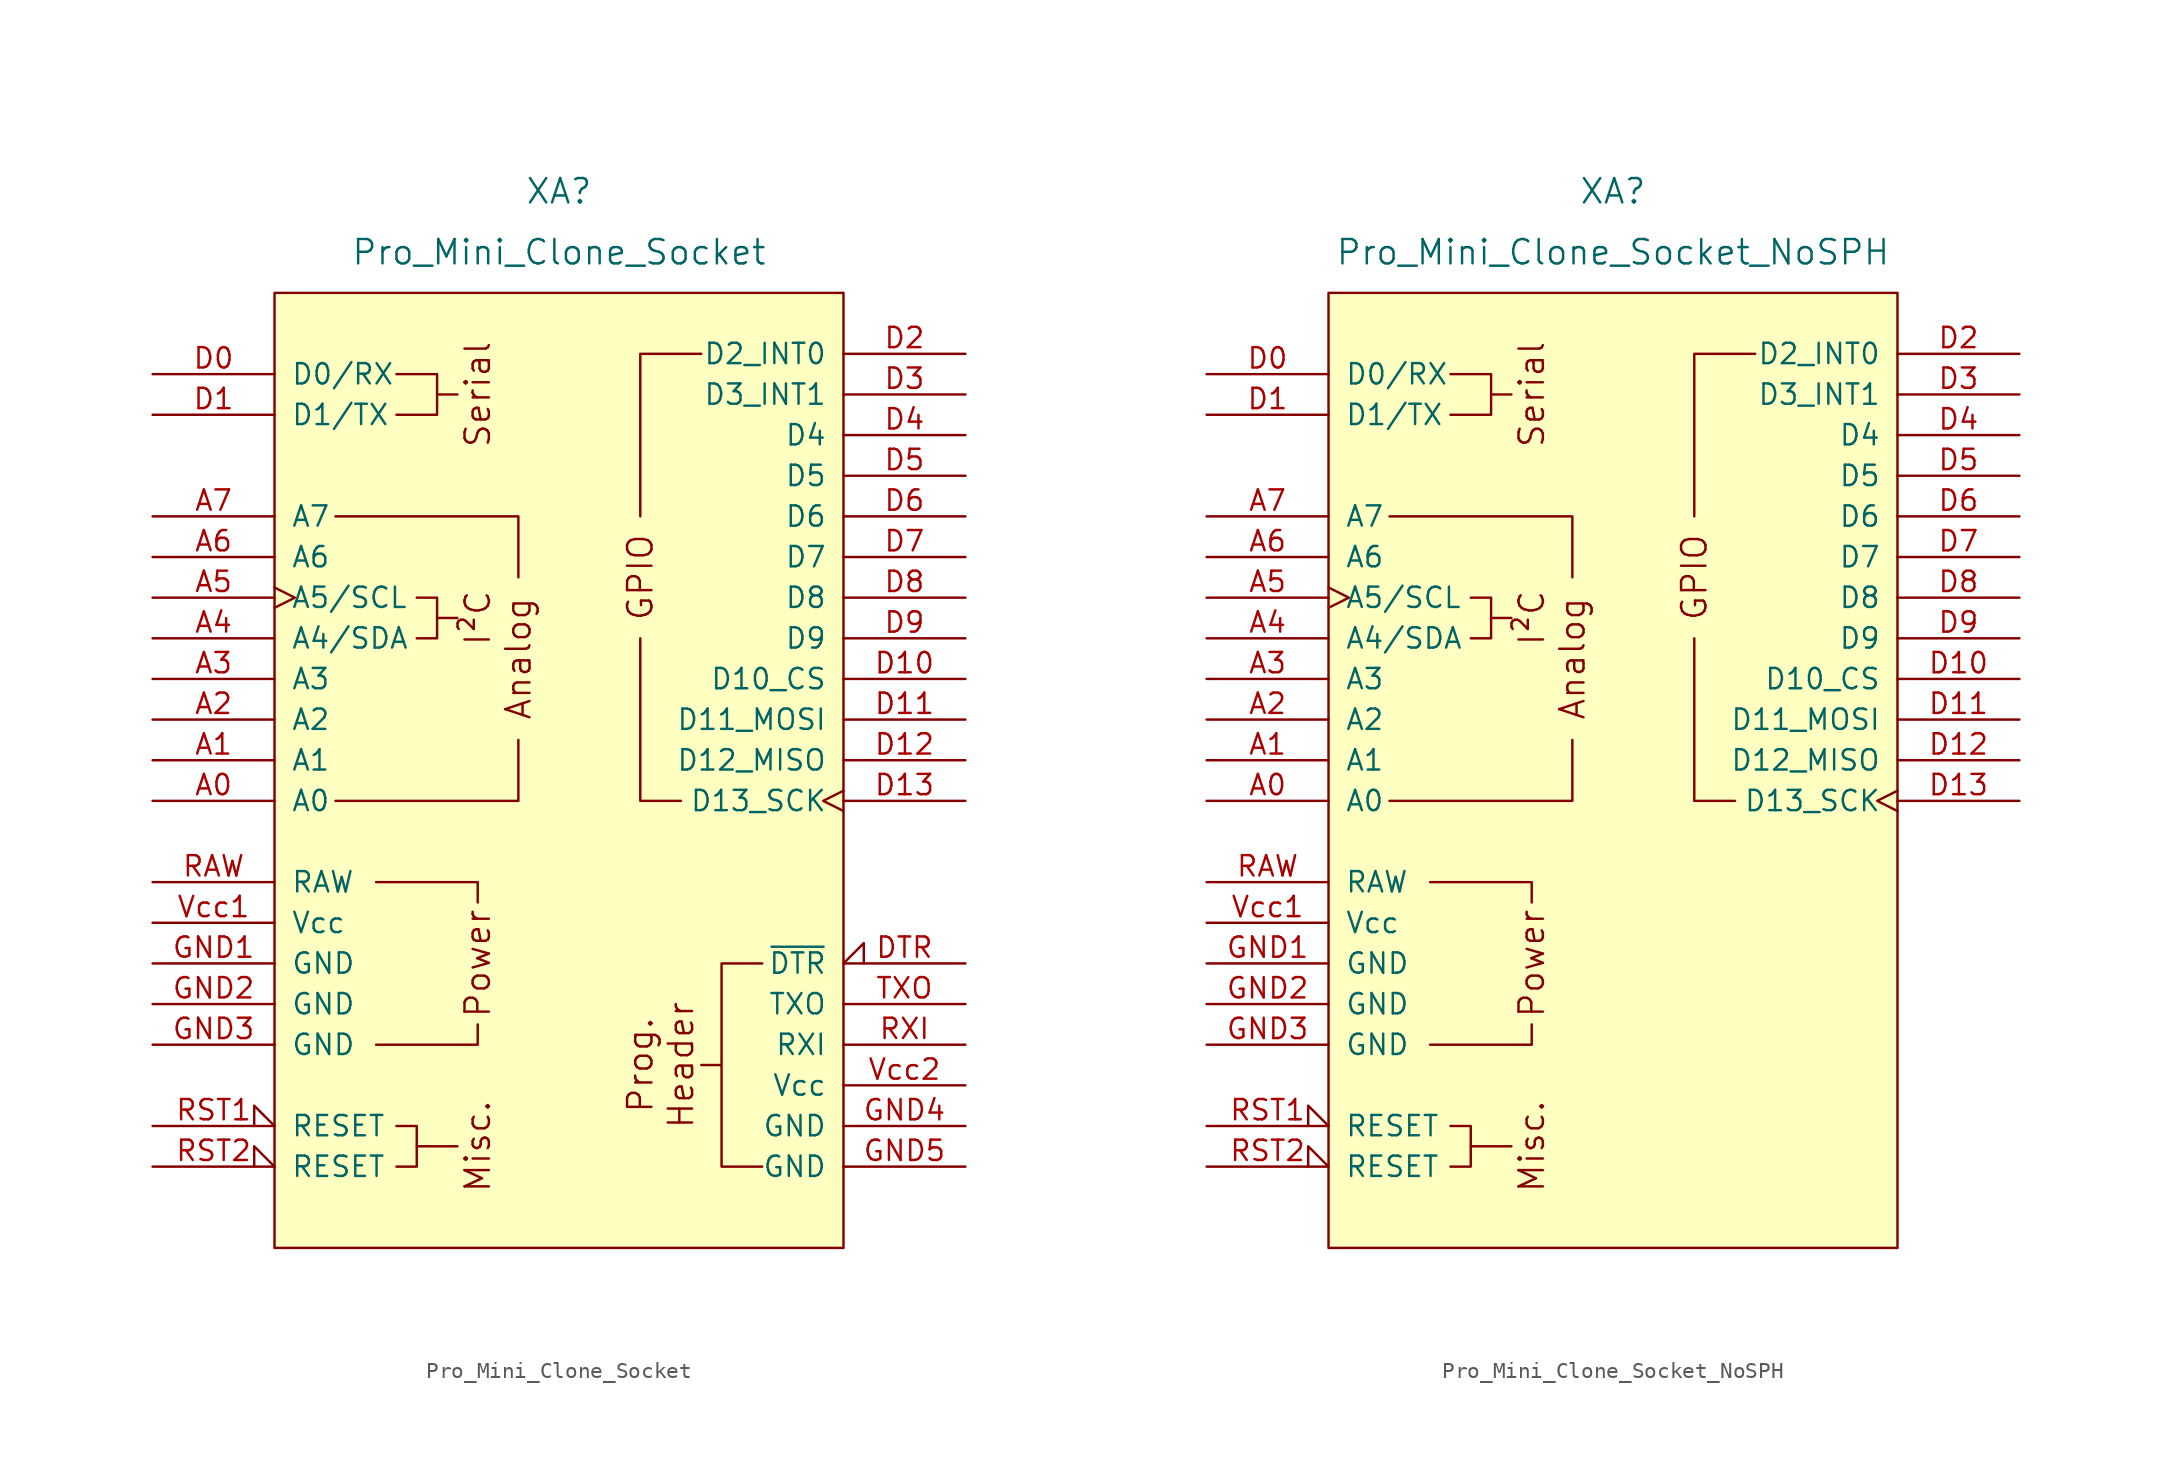
<source format=kicad_sym>
(kicad_symbol_lib
  (version 20211014)
  (generator kicad_symbol_editor)
  (symbol "Pro_Mini_Clone_Socket"
    (pin_names
      (offset 1.016))
    (property "Reference" "XA"
      (at 0 36.83 0)
      (effects (font (size 1.524 1.524))))
    (property "Value" "Pro_Mini_Clone_Socket"
      (at 0 33.02 0)
      (effects (font (size 1.524 1.524))))
    (symbol "Pro_Mini_Clone_Socket_0_0"
      (rectangle (start -17.78 30.48) (end 17.78 -29.21) (stroke (width 0) (type default) (color 0 0 0 0)) (fill (type background)))
      (polyline (pts (xy -7.62 10.16) (xy -6.35 10.16)) (stroke (width 0) (type default) (color 0 0 0 0)) (fill (type none)))
      (polyline (pts (xy -7.62 24.13) (xy -6.35 24.13)) (stroke (width 0) (type default) (color 0 0 0 0)) (fill (type none)))
      (polyline (pts (xy -6.35 -22.86) (xy -8.89 -22.86)) (stroke (width 0) (type default) (color 0 0 0 0)) (fill (type none)))
      (polyline (pts (xy -11.43 -16.51) (xy -5.08 -16.51) (xy -5.08 -15.24)) (stroke (width 0) (type default) (color 0 0 0 0)) (fill (type none)))
      (polyline (pts (xy -5.08 -7.62) (xy -5.08 -6.35) (xy -11.43 -6.35)) (stroke (width 0) (type default) (color 0 0 0 0)) (fill (type none)))
      (polyline (pts (xy -2.54 2.54) (xy -2.54 -1.27) (xy -13.97 -1.27)) (stroke (width 0) (type default) (color 0 0 0 0)) (fill (type none)))
      (polyline (pts (xy -2.54 12.7) (xy -2.54 16.51) (xy -13.97 16.51)) (stroke (width 0) (type default) (color 0 0 0 0)) (fill (type none)))
      (polyline (pts (xy -10.16 25.4) (xy -7.62 25.4) (xy -7.62 22.86) (xy -10.16 22.86)) (stroke (width 0) (type default) (color 0 0 0 0)) (fill (type none)))
      (polyline (pts (xy -8.89 11.43) (xy -7.62 11.43) (xy -7.62 8.89) (xy -8.89 8.89)) (stroke (width 0) (type default) (color 0 0 0 0)) (fill (type none)))
      (polyline (pts (xy 12.7 -11.43) (xy 10.16 -11.43) (xy 10.16 -16.51) (xy 10.16 -17.78) (xy 8.89 -17.78) (xy 10.16 -17.78) (xy 10.16 -24.13) (xy 12.7 -24.13)) (stroke (width 0) (type default) (color 0 0 0 0)) (fill (type none)))
      (text "Analog" (at -2.54 7.62 900) (effects (font (size 1.524 1.524))))
      (text "Header" (at 7.62 -17.78 900) (effects (font (size 1.524 1.524))))
      (text "I²C" (at -5.08 10.16 900) (effects (font (size 1.524 1.524))))
      (text "Misc." (at -5.08 -22.86 900) (effects (font (size 1.524 1.524))))
      (text "Power" (at -5.08 -11.43 900) (effects (font (size 1.524 1.524))))
      (text "Prog." (at 5.08 -17.78 900) (effects (font (size 1.524 1.524))))
      (text "Serial" (at -5.08 24.13 900) (effects (font (size 1.524 1.524)))))
    (symbol "Pro_Mini_Clone_Socket_0_1"
      (polyline (pts (xy 7.62 -1.27) (xy 5.08 -1.27) (xy 5.08 8.89)) (stroke (width 0) (type default) (color 0 0 0 0)) (fill (type none)))
      (polyline (pts (xy 8.89 26.67) (xy 5.08 26.67) (xy 5.08 16.51)) (stroke (width 0) (type default) (color 0 0 0 0)) (fill (type none)))
      (polyline (pts (xy -10.16 -24.13) (xy -8.89 -24.13) (xy -8.89 -21.59) (xy -10.16 -21.59)) (stroke (width 0) (type default) (color 0 0 0 0)) (fill (type none))))
    (symbol "Pro_Mini_Clone_Socket_1_0"
      (text "GPIO" (at 5.08 12.7 900) (effects (font (size 1.524 1.524)))))
    (symbol "Pro_Mini_Clone_Socket_1_1"
      (pin bidirectional line (at -25.4 -1.27 0) (length 7.62) (name "A0" (effects (font (size 1.27 1.27)))) (number "A0" (effects (font (size 1.27 1.27)))))
      (pin bidirectional line (at -25.4 1.27 0) (length 7.62) (name "A1" (effects (font (size 1.27 1.27)))) (number "A1" (effects (font (size 1.27 1.27)))))
      (pin bidirectional line (at -25.4 3.81 0) (length 7.62) (name "A2" (effects (font (size 1.27 1.27)))) (number "A2" (effects (font (size 1.27 1.27)))))
      (pin bidirectional line (at -25.4 6.35 0) (length 7.62) (name "A3" (effects (font (size 1.27 1.27)))) (number "A3" (effects (font (size 1.27 1.27)))))
      (pin bidirectional line (at -25.4 8.89 0) (length 7.62) (name "A4/SDA" (effects (font (size 1.27 1.27)))) (number "A4" (effects (font (size 1.27 1.27)))))
      (pin bidirectional clock (at -25.4 11.43 0) (length 7.62) (name "A5/SCL" (effects (font (size 1.27 1.27)))) (number "A5" (effects (font (size 1.27 1.27)))))
      (pin input line (at -25.4 13.97 0) (length 7.62) (name "A6" (effects (font (size 1.27 1.27)))) (number "A6" (effects (font (size 1.27 1.27)))))
      (pin input line (at -25.4 16.51 0) (length 7.62) (name "A7" (effects (font (size 1.27 1.27)))) (number "A7" (effects (font (size 1.27 1.27)))))
      (pin bidirectional line (at -25.4 25.4 0) (length 7.62) (name "D0/RX" (effects (font (size 1.27 1.27)))) (number "D0" (effects (font (size 1.27 1.27)))))
      (pin bidirectional line (at -25.4 22.86 0) (length 7.62) (name "D1/TX" (effects (font (size 1.27 1.27)))) (number "D1" (effects (font (size 1.27 1.27)))))
      (pin bidirectional line (at 25.4 6.35 180) (length 7.62) (name "D10_CS" (effects (font (size 1.27 1.27)))) (number "D10" (effects (font (size 1.27 1.27)))))
      (pin bidirectional line (at 25.4 3.81 180) (length 7.62) (name "D11_MOSI" (effects (font (size 1.27 1.27)))) (number "D11" (effects (font (size 1.27 1.27)))))
      (pin bidirectional line (at 25.4 1.27 180) (length 7.62) (name "D12_MISO" (effects (font (size 1.27 1.27)))) (number "D12" (effects (font (size 1.27 1.27)))))
      (pin bidirectional clock (at 25.4 -1.27 180) (length 7.62) (name "D13_SCK" (effects (font (size 1.27 1.27)))) (number "D13" (effects (font (size 1.27 1.27)))))
      (pin bidirectional line (at 25.4 26.67 180) (length 7.62) (name "D2_INT0" (effects (font (size 1.27 1.27)))) (number "D2" (effects (font (size 1.27 1.27)))))
      (pin bidirectional line (at 25.4 24.13 180) (length 7.62) (name "D3_INT1" (effects (font (size 1.27 1.27)))) (number "D3" (effects (font (size 1.27 1.27)))))
      (pin bidirectional line (at 25.4 21.59 180) (length 7.62) (name "D4" (effects (font (size 1.27 1.27)))) (number "D4" (effects (font (size 1.27 1.27)))))
      (pin bidirectional line (at 25.4 19.05 180) (length 7.62) (name "D5" (effects (font (size 1.27 1.27)))) (number "D5" (effects (font (size 1.27 1.27)))))
      (pin bidirectional line (at 25.4 16.51 180) (length 7.62) (name "D6" (effects (font (size 1.27 1.27)))) (number "D6" (effects (font (size 1.27 1.27)))))
      (pin bidirectional line (at 25.4 13.97 180) (length 7.62) (name "D7" (effects (font (size 1.27 1.27)))) (number "D7" (effects (font (size 1.27 1.27)))))
      (pin bidirectional line (at 25.4 11.43 180) (length 7.62) (name "D8" (effects (font (size 1.27 1.27)))) (number "D8" (effects (font (size 1.27 1.27)))))
      (pin bidirectional line (at 25.4 8.89 180) (length 7.62) (name "D9" (effects (font (size 1.27 1.27)))) (number "D9" (effects (font (size 1.27 1.27)))))
      (pin input input_low (at 25.4 -11.43 180) (length 7.62) (name "~{DTR}" (effects (font (size 1.27 1.27)))) (number "DTR" (effects (font (size 1.27 1.27)))))
      (pin power_in line (at -25.4 -11.43 0) (length 7.62) (name "GND" (effects (font (size 1.27 1.27)))) (number "GND1" (effects (font (size 1.27 1.27)))))
      (pin power_in line (at -25.4 -13.97 0) (length 7.62) (name "GND" (effects (font (size 1.27 1.27)))) (number "GND2" (effects (font (size 1.27 1.27)))))
      (pin power_in line (at -25.4 -16.51 0) (length 7.62) (name "GND" (effects (font (size 1.27 1.27)))) (number "GND3" (effects (font (size 1.27 1.27)))))
      (pin power_in line (at 25.4 -21.59 180) (length 7.62) (name "GND" (effects (font (size 1.27 1.27)))) (number "GND4" (effects (font (size 1.27 1.27)))))
      (pin power_in line (at 25.4 -24.13 180) (length 7.62) (name "GND" (effects (font (size 1.27 1.27)))) (number "GND5" (effects (font (size 1.27 1.27)))))
      (pin power_in line (at -25.4 -6.35 0) (length 7.62) (name "RAW" (effects (font (size 1.27 1.27)))) (number "RAW" (effects (font (size 1.27 1.27)))))
      (pin open_collector input_low (at -25.4 -21.59 0) (length 7.62) (name "RESET" (effects (font (size 1.27 1.27)))) (number "RST1" (effects (font (size 1.27 1.27)))))
      (pin open_collector input_low (at -25.4 -24.13 0) (length 7.62) (name "RESET" (effects (font (size 1.27 1.27)))) (number "RST2" (effects (font (size 1.27 1.27)))))
      (pin input line (at 25.4 -16.51 180) (length 7.62) (name "RXI" (effects (font (size 1.27 1.27)))) (number "RXI" (effects (font (size 1.27 1.27)))))
      (pin output line (at 25.4 -13.97 180) (length 7.62) (name "TXO" (effects (font (size 1.27 1.27)))) (number "TXO" (effects (font (size 1.27 1.27)))))
      (pin power_in line (at -25.4 -8.89 0) (length 7.62) (name "Vcc" (effects (font (size 1.27 1.27)))) (number "Vcc1" (effects (font (size 1.27 1.27)))))
      (pin power_in line (at 25.4 -19.05 180) (length 7.62) (name "Vcc" (effects (font (size 1.27 1.27)))) (number "Vcc2" (effects (font (size 1.27 1.27)))))))
  (symbol "Pro_Mini_Clone_Socket_NoSPH"
    (pin_names
      (offset 1.016))
    (property "Reference" "XA"
      (at 0 36.83 0)
      (effects (font (size 1.524 1.524))))
    (property "Value" "Pro_Mini_Clone_Socket_NoSPH"
      (at 0 33.02 0)
      (effects (font (size 1.524 1.524))))
    (symbol "Pro_Mini_Clone_Socket_NoSPH_0_0"
      (rectangle (start -17.78 30.48) (end 17.78 -29.21) (stroke (width 0) (type default) (color 0 0 0 0)) (fill (type background)))
      (polyline (pts (xy -7.62 10.16) (xy -6.35 10.16)) (stroke (width 0) (type default) (color 0 0 0 0)) (fill (type none)))
      (polyline (pts (xy -7.62 24.13) (xy -6.35 24.13)) (stroke (width 0) (type default) (color 0 0 0 0)) (fill (type none)))
      (polyline (pts (xy -6.35 -22.86) (xy -8.89 -22.86)) (stroke (width 0) (type default) (color 0 0 0 0)) (fill (type none)))
      (polyline (pts (xy -11.43 -16.51) (xy -5.08 -16.51) (xy -5.08 -15.24)) (stroke (width 0) (type default) (color 0 0 0 0)) (fill (type none)))
      (polyline (pts (xy -5.08 -7.62) (xy -5.08 -6.35) (xy -11.43 -6.35)) (stroke (width 0) (type default) (color 0 0 0 0)) (fill (type none)))
      (polyline (pts (xy -2.54 2.54) (xy -2.54 -1.27) (xy -13.97 -1.27)) (stroke (width 0) (type default) (color 0 0 0 0)) (fill (type none)))
      (polyline (pts (xy -2.54 12.7) (xy -2.54 16.51) (xy -13.97 16.51)) (stroke (width 0) (type default) (color 0 0 0 0)) (fill (type none)))
      (polyline (pts (xy -10.16 25.4) (xy -7.62 25.4) (xy -7.62 22.86) (xy -10.16 22.86)) (stroke (width 0) (type default) (color 0 0 0 0)) (fill (type none)))
      (polyline (pts (xy -8.89 11.43) (xy -7.62 11.43) (xy -7.62 8.89) (xy -8.89 8.89)) (stroke (width 0) (type default) (color 0 0 0 0)) (fill (type none)))
      (text "Analog" (at -2.54 7.62 900) (effects (font (size 1.524 1.524))))
      (text "I²C" (at -5.08 10.16 900) (effects (font (size 1.524 1.524))))
      (text "Misc." (at -5.08 -22.86 900) (effects (font (size 1.524 1.524))))
      (text "Power" (at -5.08 -11.43 900) (effects (font (size 1.524 1.524))))
      (text "Serial" (at -5.08 24.13 900) (effects (font (size 1.524 1.524)))))
    (symbol "Pro_Mini_Clone_Socket_NoSPH_0_1"
      (polyline (pts (xy 7.62 -1.27) (xy 5.08 -1.27) (xy 5.08 8.89)) (stroke (width 0) (type default) (color 0 0 0 0)) (fill (type none)))
      (polyline (pts (xy 8.89 26.67) (xy 5.08 26.67) (xy 5.08 16.51)) (stroke (width 0) (type default) (color 0 0 0 0)) (fill (type none)))
      (polyline (pts (xy -10.16 -24.13) (xy -8.89 -24.13) (xy -8.89 -21.59) (xy -10.16 -21.59)) (stroke (width 0) (type default) (color 0 0 0 0)) (fill (type none))))
    (symbol "Pro_Mini_Clone_Socket_NoSPH_1_0"
      (text "GPIO" (at 5.08 12.7 900) (effects (font (size 1.524 1.524)))))
    (symbol "Pro_Mini_Clone_Socket_NoSPH_1_1"
      (pin bidirectional line (at -25.4 -1.27 0) (length 7.62) (name "A0" (effects (font (size 1.27 1.27)))) (number "A0" (effects (font (size 1.27 1.27)))))
      (pin bidirectional line (at -25.4 1.27 0) (length 7.62) (name "A1" (effects (font (size 1.27 1.27)))) (number "A1" (effects (font (size 1.27 1.27)))))
      (pin bidirectional line (at -25.4 3.81 0) (length 7.62) (name "A2" (effects (font (size 1.27 1.27)))) (number "A2" (effects (font (size 1.27 1.27)))))
      (pin bidirectional line (at -25.4 6.35 0) (length 7.62) (name "A3" (effects (font (size 1.27 1.27)))) (number "A3" (effects (font (size 1.27 1.27)))))
      (pin bidirectional line (at -25.4 8.89 0) (length 7.62) (name "A4/SDA" (effects (font (size 1.27 1.27)))) (number "A4" (effects (font (size 1.27 1.27)))))
      (pin bidirectional clock (at -25.4 11.43 0) (length 7.62) (name "A5/SCL" (effects (font (size 1.27 1.27)))) (number "A5" (effects (font (size 1.27 1.27)))))
      (pin input line (at -25.4 13.97 0) (length 7.62) (name "A6" (effects (font (size 1.27 1.27)))) (number "A6" (effects (font (size 1.27 1.27)))))
      (pin input line (at -25.4 16.51 0) (length 7.62) (name "A7" (effects (font (size 1.27 1.27)))) (number "A7" (effects (font (size 1.27 1.27)))))
      (pin bidirectional line (at -25.4 25.4 0) (length 7.62) (name "D0/RX" (effects (font (size 1.27 1.27)))) (number "D0" (effects (font (size 1.27 1.27)))))
      (pin bidirectional line (at -25.4 22.86 0) (length 7.62) (name "D1/TX" (effects (font (size 1.27 1.27)))) (number "D1" (effects (font (size 1.27 1.27)))))
      (pin bidirectional line (at 25.4 6.35 180) (length 7.62) (name "D10_CS" (effects (font (size 1.27 1.27)))) (number "D10" (effects (font (size 1.27 1.27)))))
      (pin bidirectional line (at 25.4 3.81 180) (length 7.62) (name "D11_MOSI" (effects (font (size 1.27 1.27)))) (number "D11" (effects (font (size 1.27 1.27)))))
      (pin bidirectional line (at 25.4 1.27 180) (length 7.62) (name "D12_MISO" (effects (font (size 1.27 1.27)))) (number "D12" (effects (font (size 1.27 1.27)))))
      (pin bidirectional clock (at 25.4 -1.27 180) (length 7.62) (name "D13_SCK" (effects (font (size 1.27 1.27)))) (number "D13" (effects (font (size 1.27 1.27)))))
      (pin bidirectional line (at 25.4 26.67 180) (length 7.62) (name "D2_INT0" (effects (font (size 1.27 1.27)))) (number "D2" (effects (font (size 1.27 1.27)))))
      (pin bidirectional line (at 25.4 24.13 180) (length 7.62) (name "D3_INT1" (effects (font (size 1.27 1.27)))) (number "D3" (effects (font (size 1.27 1.27)))))
      (pin bidirectional line (at 25.4 21.59 180) (length 7.62) (name "D4" (effects (font (size 1.27 1.27)))) (number "D4" (effects (font (size 1.27 1.27)))))
      (pin bidirectional line (at 25.4 19.05 180) (length 7.62) (name "D5" (effects (font (size 1.27 1.27)))) (number "D5" (effects (font (size 1.27 1.27)))))
      (pin bidirectional line (at 25.4 16.51 180) (length 7.62) (name "D6" (effects (font (size 1.27 1.27)))) (number "D6" (effects (font (size 1.27 1.27)))))
      (pin bidirectional line (at 25.4 13.97 180) (length 7.62) (name "D7" (effects (font (size 1.27 1.27)))) (number "D7" (effects (font (size 1.27 1.27)))))
      (pin bidirectional line (at 25.4 11.43 180) (length 7.62) (name "D8" (effects (font (size 1.27 1.27)))) (number "D8" (effects (font (size 1.27 1.27)))))
      (pin bidirectional line (at 25.4 8.89 180) (length 7.62) (name "D9" (effects (font (size 1.27 1.27)))) (number "D9" (effects (font (size 1.27 1.27)))))
      (pin power_in line (at -25.4 -11.43 0) (length 7.62) (name "GND" (effects (font (size 1.27 1.27)))) (number "GND1" (effects (font (size 1.27 1.27)))))
      (pin power_in line (at -25.4 -13.97 0) (length 7.62) (name "GND" (effects (font (size 1.27 1.27)))) (number "GND2" (effects (font (size 1.27 1.27)))))
      (pin power_in line (at -25.4 -16.51 0) (length 7.62) (name "GND" (effects (font (size 1.27 1.27)))) (number "GND3" (effects (font (size 1.27 1.27)))))
      (pin power_in line (at -25.4 -6.35 0) (length 7.62) (name "RAW" (effects (font (size 1.27 1.27)))) (number "RAW" (effects (font (size 1.27 1.27)))))
      (pin open_collector input_low (at -25.4 -21.59 0) (length 7.62) (name "RESET" (effects (font (size 1.27 1.27)))) (number "RST1" (effects (font (size 1.27 1.27)))))
      (pin open_collector input_low (at -25.4 -24.13 0) (length 7.62) (name "RESET" (effects (font (size 1.27 1.27)))) (number "RST2" (effects (font (size 1.27 1.27)))))
      (pin power_in line (at -25.4 -8.89 0) (length 7.62) (name "Vcc" (effects (font (size 1.27 1.27)))) (number "Vcc1" (effects (font (size 1.27 1.27))))))))
</source>
